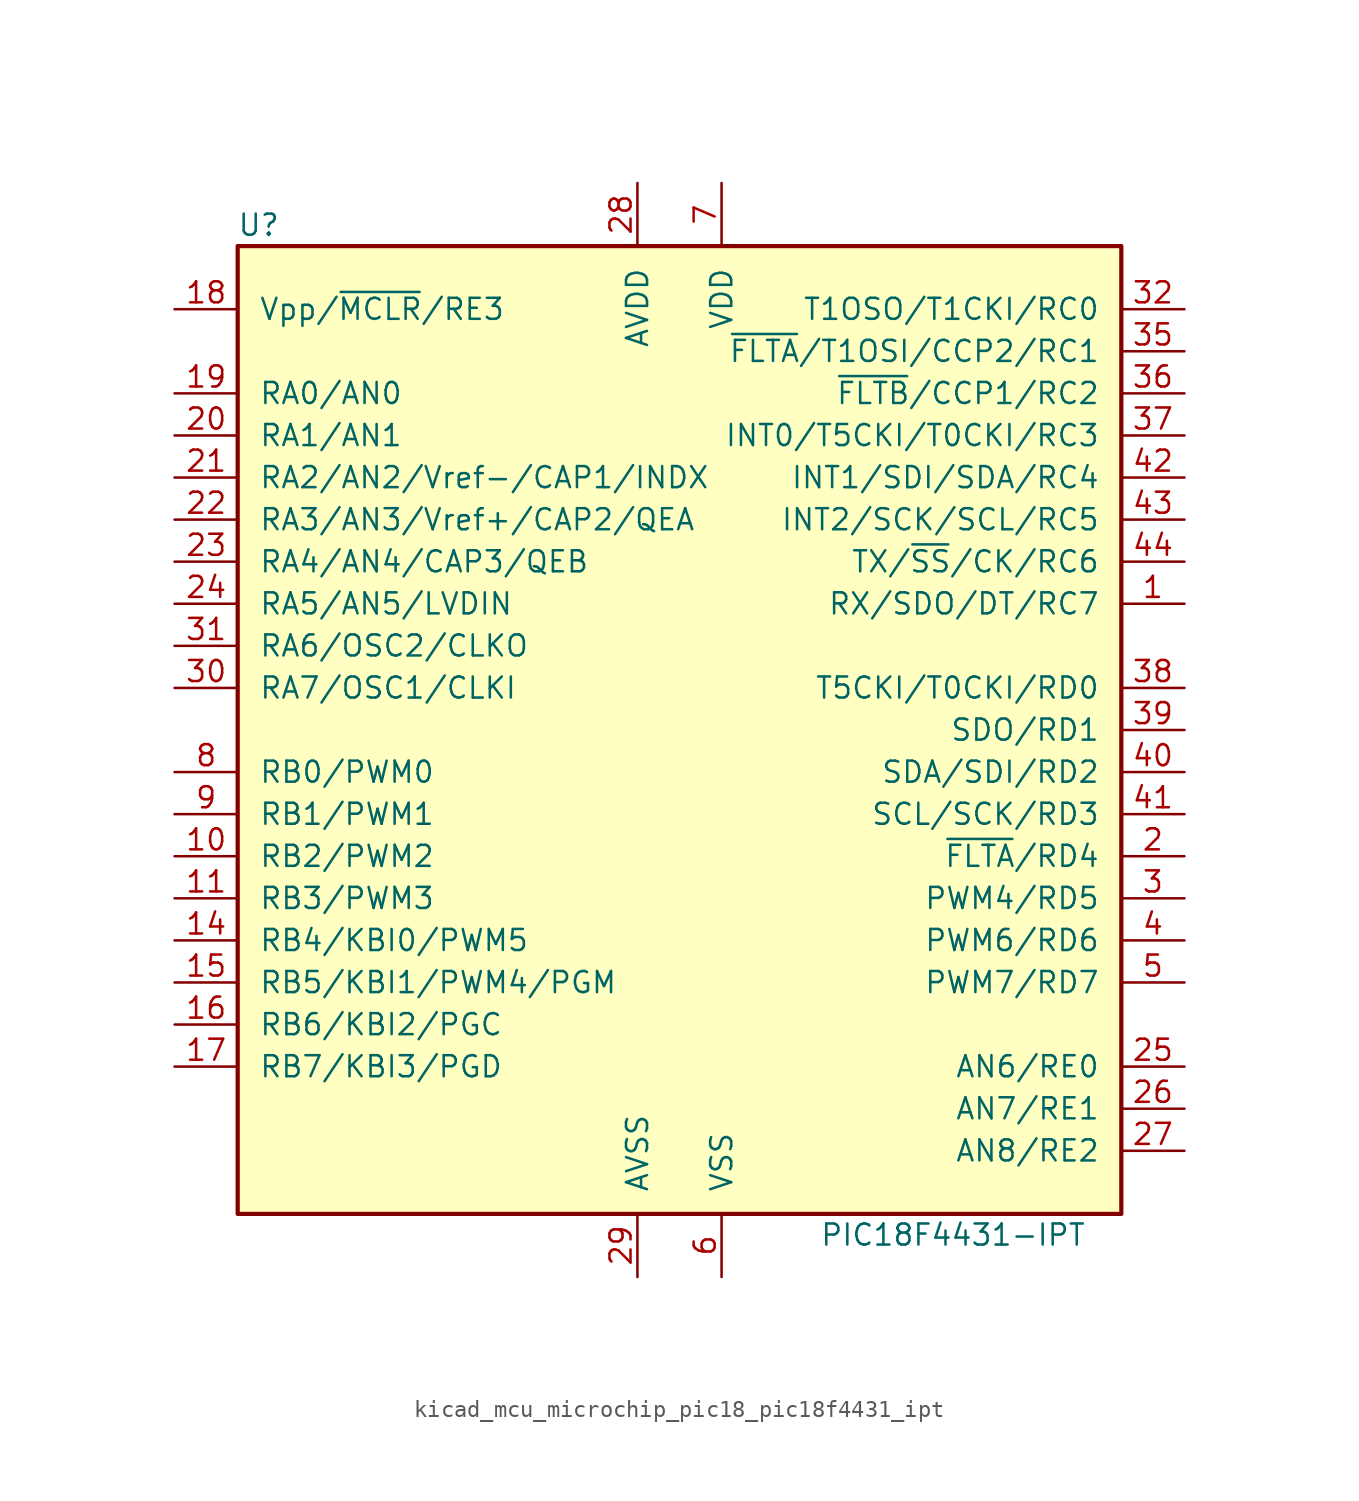
<source format=kicad_sym>
(kicad_symbol_lib
  (version 20220914)
  (generator kicad_symbol_editor)
  (symbol "kicad_mcu_microchip_pic18_pic18f4431_ipt"
    (pin_names
      (offset 1.27))
    (property "Reference" "U"
      (at -25.4 30.48 0)
      (effects (font (size 1.27 1.27))))
    (property "Value" "PIC18F4431-IPT"
      (at 16.51 -30.48 0)
      (effects (font (size 1.27 1.27))))
    (symbol "kicad_mcu_microchip_pic18_pic18f4431_ipt_0_1"
      (rectangle (start -26.67 29.21) (end 26.67 -29.21) (stroke (width 0.254) (type default)) (fill (type background))))
    (symbol "kicad_mcu_microchip_pic18_pic18f4431_ipt_1_1"
      (pin bidirectional line (at 30.48 7.62 180) (length 3.81) (name "RX/SDO/DT/RC7" (effects (font (size 1.27 1.27)))) (number "1" (effects (font (size 1.27 1.27)))))
      (pin bidirectional line (at -30.48 -7.62 0) (length 3.81) (name "RB2/PWM2" (effects (font (size 1.27 1.27)))) (number "10" (effects (font (size 1.27 1.27)))))
      (pin bidirectional line (at -30.48 -10.16 0) (length 3.81) (name "RB3/PWM3" (effects (font (size 1.27 1.27)))) (number "11" (effects (font (size 1.27 1.27)))))
      (pin no_connect line (at -15.24 -29.21 90) (length 3.81) hide (name "NC" (effects (font (size 1.27 1.27)))) (number "12" (effects (font (size 1.27 1.27)))))
      (pin no_connect line (at -12.7 -29.21 90) (length 3.81) hide (name "NC" (effects (font (size 1.27 1.27)))) (number "13" (effects (font (size 1.27 1.27)))))
      (pin bidirectional line (at -30.48 -12.7 0) (length 3.81) (name "RB4/KBI0/PWM5" (effects (font (size 1.27 1.27)))) (number "14" (effects (font (size 1.27 1.27)))))
      (pin bidirectional line (at -30.48 -15.24 0) (length 3.81) (name "RB5/KBI1/PWM4/PGM" (effects (font (size 1.27 1.27)))) (number "15" (effects (font (size 1.27 1.27)))))
      (pin bidirectional line (at -30.48 -17.78 0) (length 3.81) (name "RB6/KBI2/PGC" (effects (font (size 1.27 1.27)))) (number "16" (effects (font (size 1.27 1.27)))))
      (pin bidirectional line (at -30.48 -20.32 0) (length 3.81) (name "RB7/KBI3/PGD" (effects (font (size 1.27 1.27)))) (number "17" (effects (font (size 1.27 1.27)))))
      (pin input line (at -30.48 25.4 0) (length 3.81) (name "Vpp/~{MCLR}/RE3" (effects (font (size 1.27 1.27)))) (number "18" (effects (font (size 1.27 1.27)))))
      (pin bidirectional line (at -30.48 20.32 0) (length 3.81) (name "RA0/AN0" (effects (font (size 1.27 1.27)))) (number "19" (effects (font (size 1.27 1.27)))))
      (pin bidirectional line (at 30.48 -7.62 180) (length 3.81) (name "~{FLTA}/RD4" (effects (font (size 1.27 1.27)))) (number "2" (effects (font (size 1.27 1.27)))))
      (pin bidirectional line (at -30.48 17.78 0) (length 3.81) (name "RA1/AN1" (effects (font (size 1.27 1.27)))) (number "20" (effects (font (size 1.27 1.27)))))
      (pin bidirectional line (at -30.48 15.24 0) (length 3.81) (name "RA2/AN2/Vref-/CAP1/INDX" (effects (font (size 1.27 1.27)))) (number "21" (effects (font (size 1.27 1.27)))))
      (pin bidirectional line (at -30.48 12.7 0) (length 3.81) (name "RA3/AN3/Vref+/CAP2/QEA" (effects (font (size 1.27 1.27)))) (number "22" (effects (font (size 1.27 1.27)))))
      (pin bidirectional line (at -30.48 10.16 0) (length 3.81) (name "RA4/AN4/CAP3/QEB" (effects (font (size 1.27 1.27)))) (number "23" (effects (font (size 1.27 1.27)))))
      (pin bidirectional line (at -30.48 7.62 0) (length 3.81) (name "RA5/AN5/LVDIN" (effects (font (size 1.27 1.27)))) (number "24" (effects (font (size 1.27 1.27)))))
      (pin bidirectional line (at 30.48 -20.32 180) (length 3.81) (name "AN6/RE0" (effects (font (size 1.27 1.27)))) (number "25" (effects (font (size 1.27 1.27)))))
      (pin bidirectional line (at 30.48 -22.86 180) (length 3.81) (name "AN7/RE1" (effects (font (size 1.27 1.27)))) (number "26" (effects (font (size 1.27 1.27)))))
      (pin bidirectional line (at 30.48 -25.4 180) (length 3.81) (name "AN8/RE2" (effects (font (size 1.27 1.27)))) (number "27" (effects (font (size 1.27 1.27)))))
      (pin power_in line (at -2.54 33.02 270) (length 3.81) (name "AVDD" (effects (font (size 1.27 1.27)))) (number "28" (effects (font (size 1.27 1.27)))))
      (pin power_in line (at -2.54 -33.02 90) (length 3.81) (name "AVSS" (effects (font (size 1.27 1.27)))) (number "29" (effects (font (size 1.27 1.27)))))
      (pin bidirectional line (at 30.48 -10.16 180) (length 3.81) (name "PWM4/RD5" (effects (font (size 1.27 1.27)))) (number "3" (effects (font (size 1.27 1.27)))))
      (pin bidirectional line (at -30.48 2.54 0) (length 3.81) (name "RA7/OSC1/CLKI" (effects (font (size 1.27 1.27)))) (number "30" (effects (font (size 1.27 1.27)))))
      (pin bidirectional line (at -30.48 5.08 0) (length 3.81) (name "RA6/OSC2/CLKO" (effects (font (size 1.27 1.27)))) (number "31" (effects (font (size 1.27 1.27)))))
      (pin bidirectional line (at 30.48 25.4 180) (length 3.81) (name "T1OSO/T1CKI/RC0" (effects (font (size 1.27 1.27)))) (number "32" (effects (font (size 1.27 1.27)))))
      (pin no_connect line (at -10.16 -29.21 90) (length 3.81) hide (name "NC" (effects (font (size 1.27 1.27)))) (number "33" (effects (font (size 1.27 1.27)))))
      (pin no_connect line (at -7.62 -29.21 90) (length 3.81) hide (name "NC" (effects (font (size 1.27 1.27)))) (number "34" (effects (font (size 1.27 1.27)))))
      (pin bidirectional line (at 30.48 22.86 180) (length 3.81) (name "~{FLTA}/T1OSI/CCP2/RC1" (effects (font (size 1.27 1.27)))) (number "35" (effects (font (size 1.27 1.27)))))
      (pin bidirectional line (at 30.48 20.32 180) (length 3.81) (name "~{FLTB}/CCP1/RC2" (effects (font (size 1.27 1.27)))) (number "36" (effects (font (size 1.27 1.27)))))
      (pin bidirectional line (at 30.48 17.78 180) (length 3.81) (name "INT0/T5CKI/T0CKI/RC3" (effects (font (size 1.27 1.27)))) (number "37" (effects (font (size 1.27 1.27)))))
      (pin bidirectional line (at 30.48 2.54 180) (length 3.81) (name "T5CKI/T0CKI/RD0" (effects (font (size 1.27 1.27)))) (number "38" (effects (font (size 1.27 1.27)))))
      (pin bidirectional line (at 30.48 0 180) (length 3.81) (name "SDO/RD1" (effects (font (size 1.27 1.27)))) (number "39" (effects (font (size 1.27 1.27)))))
      (pin bidirectional line (at 30.48 -12.7 180) (length 3.81) (name "PWM6/RD6" (effects (font (size 1.27 1.27)))) (number "4" (effects (font (size 1.27 1.27)))))
      (pin bidirectional line (at 30.48 -2.54 180) (length 3.81) (name "SDA/SDI/RD2" (effects (font (size 1.27 1.27)))) (number "40" (effects (font (size 1.27 1.27)))))
      (pin bidirectional line (at 30.48 -5.08 180) (length 3.81) (name "SCL/SCK/RD3" (effects (font (size 1.27 1.27)))) (number "41" (effects (font (size 1.27 1.27)))))
      (pin bidirectional line (at 30.48 15.24 180) (length 3.81) (name "INT1/SDI/SDA/RC4" (effects (font (size 1.27 1.27)))) (number "42" (effects (font (size 1.27 1.27)))))
      (pin bidirectional line (at 30.48 12.7 180) (length 3.81) (name "INT2/SCK/SCL/RC5" (effects (font (size 1.27 1.27)))) (number "43" (effects (font (size 1.27 1.27)))))
      (pin bidirectional line (at 30.48 10.16 180) (length 3.81) (name "TX/~{SS}/CK/RC6" (effects (font (size 1.27 1.27)))) (number "44" (effects (font (size 1.27 1.27)))))
      (pin bidirectional line (at 30.48 -15.24 180) (length 3.81) (name "PWM7/RD7" (effects (font (size 1.27 1.27)))) (number "5" (effects (font (size 1.27 1.27)))))
      (pin power_in line (at 2.54 -33.02 90) (length 3.81) (name "VSS" (effects (font (size 1.27 1.27)))) (number "6" (effects (font (size 1.27 1.27)))))
      (pin power_in line (at 2.54 33.02 270) (length 3.81) (name "VDD" (effects (font (size 1.27 1.27)))) (number "7" (effects (font (size 1.27 1.27)))))
      (pin bidirectional line (at -30.48 -2.54 0) (length 3.81) (name "RB0/PWM0" (effects (font (size 1.27 1.27)))) (number "8" (effects (font (size 1.27 1.27)))))
      (pin bidirectional line (at -30.48 -5.08 0) (length 3.81) (name "RB1/PWM1" (effects (font (size 1.27 1.27)))) (number "9" (effects (font (size 1.27 1.27))))))))
</source>
